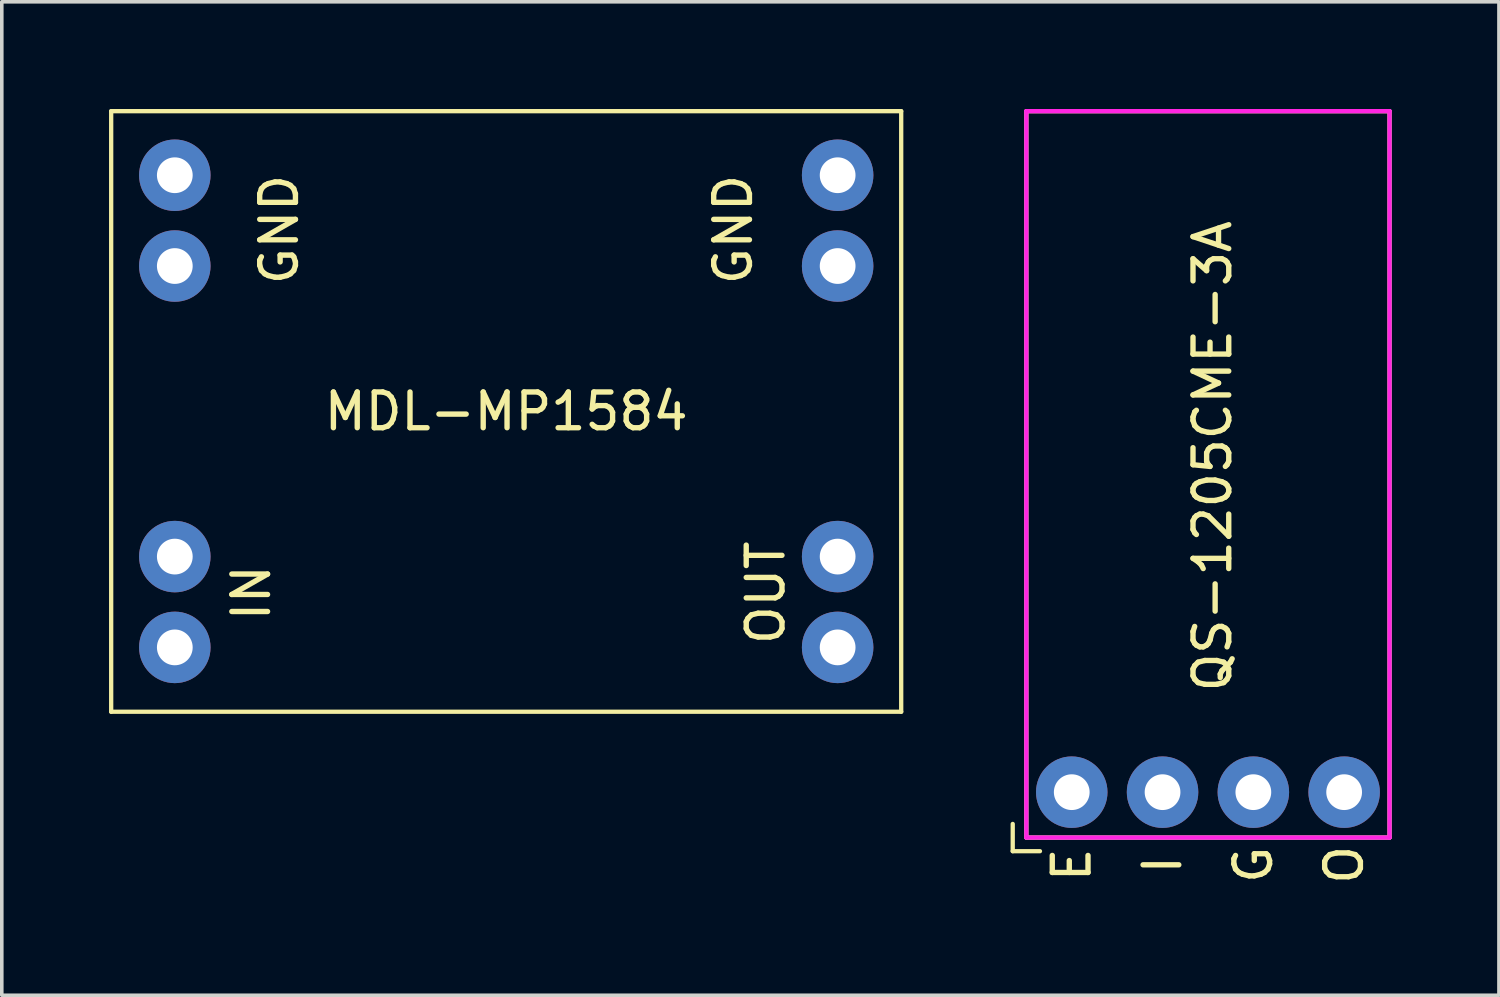
<source format=kicad_pcb>
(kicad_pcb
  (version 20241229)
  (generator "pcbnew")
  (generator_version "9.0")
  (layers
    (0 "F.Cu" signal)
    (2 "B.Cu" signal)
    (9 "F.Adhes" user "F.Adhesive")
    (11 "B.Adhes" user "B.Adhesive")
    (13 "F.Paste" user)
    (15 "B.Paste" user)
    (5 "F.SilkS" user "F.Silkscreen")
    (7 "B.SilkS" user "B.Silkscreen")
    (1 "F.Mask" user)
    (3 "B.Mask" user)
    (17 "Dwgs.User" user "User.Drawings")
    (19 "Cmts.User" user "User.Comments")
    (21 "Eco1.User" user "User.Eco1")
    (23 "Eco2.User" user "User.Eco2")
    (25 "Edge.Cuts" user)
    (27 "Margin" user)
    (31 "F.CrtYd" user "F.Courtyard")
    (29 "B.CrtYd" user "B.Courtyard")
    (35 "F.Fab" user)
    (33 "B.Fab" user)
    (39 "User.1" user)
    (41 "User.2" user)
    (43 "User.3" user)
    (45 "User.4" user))
  (footprint "MDL-MP1584"
    (layer "F.Cu")
    (at 11.11 8.452)
    (property "Reference" "MDL-MP1584" (at 0 0.008 0) (layer "F.SilkS") (effects (font (size 1 1) (thickness 0.15))))
    (attr through_hole)
    (fp_line (start -11.05 -8.392) (end 11.05 -8.392) (stroke (width 0.12) (type solid)) (layer "F.SilkS"))
    (fp_line (start -11.05 8.408) (end -11.05 -8.392) (stroke (width 0.12) (type solid)) (layer "F.SilkS"))
    (fp_line (start 11.05 -8.392) (end 11.05 8.408) (stroke (width 0.12) (type solid)) (layer "F.SilkS"))
    (fp_line (start 11.05 8.408) (end -11.05 8.408) (stroke (width 0.12) (type solid)) (layer "F.SilkS"))
    (fp_text user "GND" (at -6.35 -5.08 90) (layer "F.SilkS") (effects (font (size 1 1) (thickness 0.15))))
    (fp_text user "OUT" (at 7.26 5.08 90) (layer "F.SilkS") (effects (font (size 1 1) (thickness 0.15))))
    (fp_text user "IN" (at -7.13 5.08 90) (layer "F.SilkS") (effects (font (size 1 1) (thickness 0.15))))
    (fp_text user "GND" (at 6.35 -5.08 90) (layer "F.SilkS") (effects (font (size 1 1) (thickness 0.15))))
    (pad "1" thru_hole oval (at -9.27 -6.6) (size 2 2) (drill 1) (layers "*.Cu" "*.Mask"))
    (pad "2" thru_hole oval (at -9.27 -4.06) (size 2 2) (drill 1) (layers "*.Cu" "*.Mask"))
    (pad "3" thru_hole oval (at -9.27 4.068) (size 2 2) (drill 1) (layers "*.Cu" "*.Mask"))
    (pad "4" thru_hole oval (at -9.27 6.608) (size 2 2) (drill 1) (layers "*.Cu" "*.Mask"))
    (pad "5" thru_hole oval (at 9.272 6.608) (size 2 2) (drill 1) (layers "*.Cu" "*.Mask"))
    (pad "6" thru_hole oval (at 9.272 4.068) (size 2 2) (drill 1) (layers "*.Cu" "*.Mask"))
    (pad "7" thru_hole oval (at 9.272 -4.06) (size 2 2) (drill 1) (layers "*.Cu" "*.Mask"))
    (pad "8" thru_hole oval (at 9.272 -6.6) (size 2 2) (drill 1) (layers "*.Cu" "*.Mask")))
  (footprint "QS-1205CME-3A"
    (layer "F.Cu")
    (at 30.741 19.11)
    (property "Reference" "QS-1205CME-3A" (at 0.127 -9.398 90) (layer "F.SilkS") (effects (font (size 1 1) (thickness 0.15))))
    (attr through_hole)
    (fp_line (start -5.461 0.889) (end -5.461 1.651) (stroke (width 0.12) (type solid)) (layer "F.SilkS"))
    (fp_line (start -5.461 1.651) (end -4.699 1.651) (stroke (width 0.12) (type solid)) (layer "F.SilkS"))
    (fp_line (start -5.08 -19.05) (end 5.08 -19.05) (stroke (width 0.12) (type solid)) (layer "F.SilkS"))
    (fp_line (start -5.08 1.27) (end -5.08 -19.05) (stroke (width 0.12) (type solid)) (layer "F.SilkS"))
    (fp_line (start 5.08 -19.05) (end 5.08 1.27) (stroke (width 0.12) (type solid)) (layer "F.SilkS"))
    (fp_line (start 5.08 1.27) (end -5.08 1.27) (stroke (width 0.12) (type solid)) (layer "F.SilkS"))
    (fp_line (start -5.08 -19.05) (end 5.08 -19.05) (stroke (width 0.12) (type solid)) (layer "F.CrtYd"))
    (fp_line (start -5.08 1.27) (end -5.08 -19.05) (stroke (width 0.12) (type solid)) (layer "F.CrtYd"))
    (fp_line (start 5.08 -19.05) (end 5.08 1.27) (stroke (width 0.12) (type solid)) (layer "F.CrtYd"))
    (fp_line (start 5.08 1.27) (end -5.08 1.27) (stroke (width 0.12) (type solid)) (layer "F.CrtYd"))
    (fp_text user "E" (at -3.81 2.032 90) (layer "F.SilkS") (effects (font (size 1 1) (thickness 0.15))))
    (fp_text user "G" (at 1.27 2.032 90) (layer "F.SilkS") (effects (font (size 1 1) (thickness 0.15))))
    (fp_text user "I" (at -1.27 2.032 90) (layer "F.SilkS") (effects (font (size 1 1) (thickness 0.15))))
    (fp_text user "O" (at 3.81 2.032 90) (layer "F.SilkS") (effects (font (size 1 1) (thickness 0.15))))
    (pad "1" thru_hole oval (at -3.81 0) (size 2 2) (drill 1) (layers "*.Cu" "*.Mask"))
    (pad "2" thru_hole oval (at -1.27 0) (size 2 2) (drill 1) (layers "*.Cu" "*.Mask"))
    (pad "3" thru_hole oval (at 1.27 0) (size 2 2) (drill 1) (layers "*.Cu" "*.Mask"))
    (pad "4" thru_hole oval (at 3.81 0) (size 2 2) (drill 1) (layers "*.Cu" "*.Mask")))
  (gr_rect
    (start -3 -3)
    (end 38.881 24.791)
    (stroke (width 0.1) (type default))
    (fill no)
    (layer "Edge.Cuts")))
</source>
